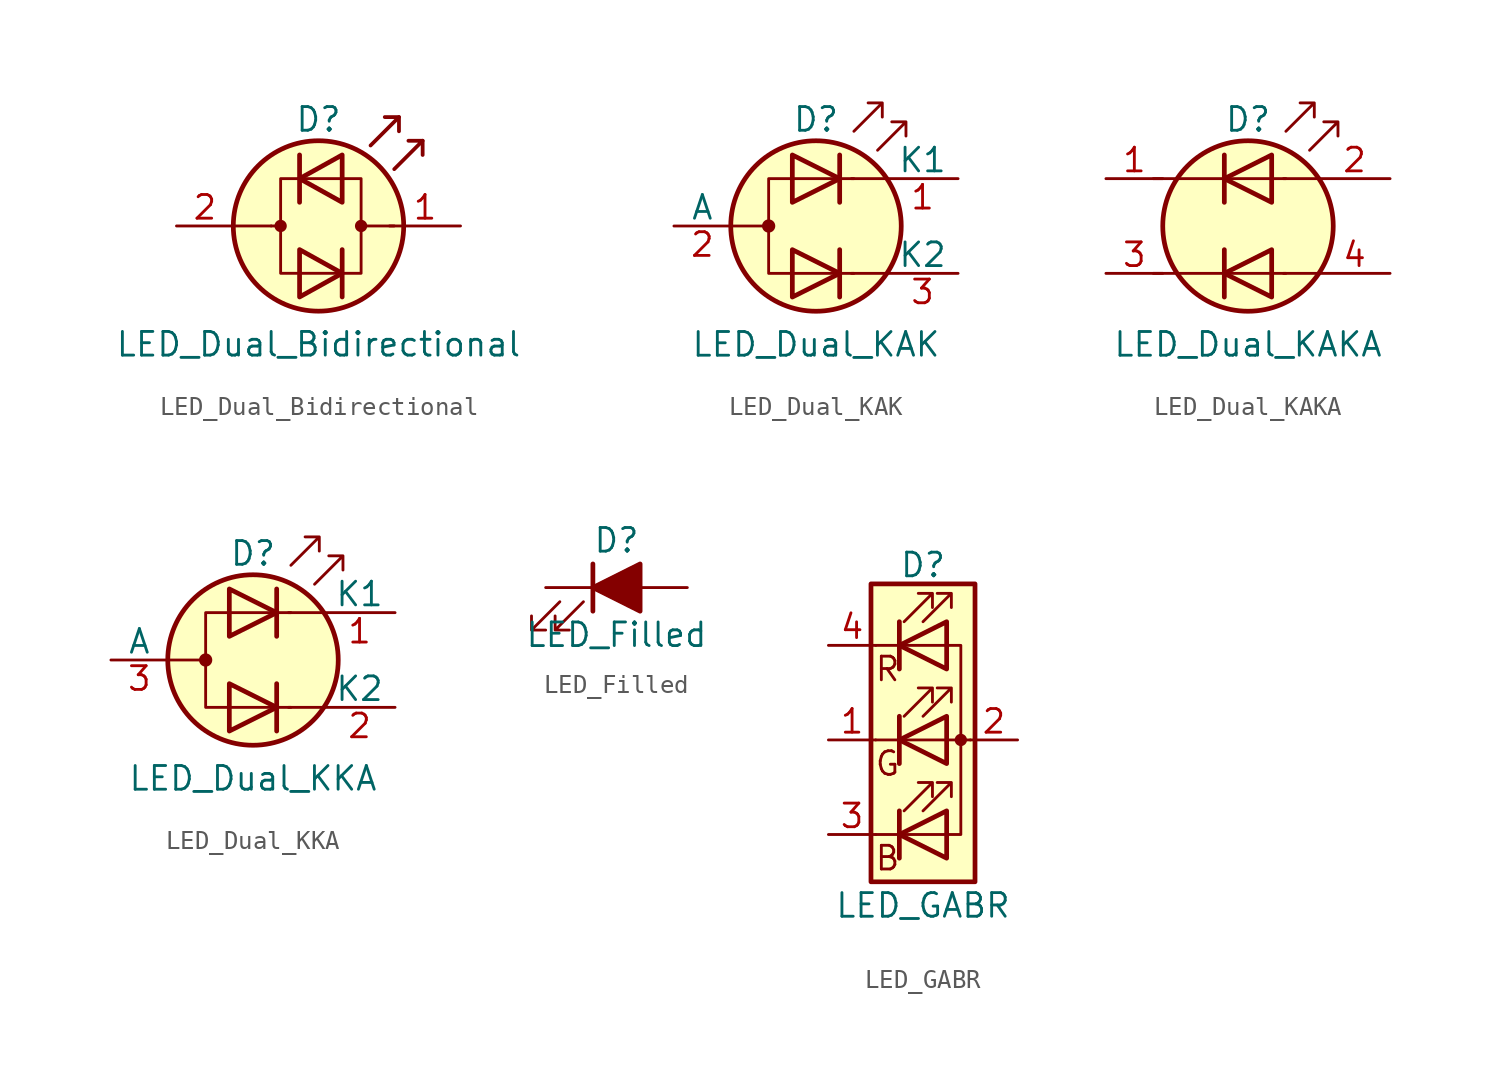
<source format=kicad_sym>
(kicad_symbol_lib
  (version 20201005)
  (generator kicad_symbol_editor)
  (symbol "LED_Dual_Bidirectional"
    (pin_names
      (offset 0) hide)
    (property "Reference" "D"
      (at 0 5.715 0)
      (effects (font (size 1.27 1.27))))
    (property "Value" "LED_Dual_Bidirectional"
      (at 0 -6.35 0)
      (effects (font (size 1.27 1.27))))
    (symbol "LED_Dual_Bidirectional_0_1"
      (circle (center -2.032 0) (radius 0.254) (stroke (width 0)) (fill (type outline)))
      (circle (center 2.286 0) (radius 0.254) (stroke (width 0)) (fill (type outline)))
      (circle (center 0 0) (radius 4.572) (stroke (width 0.254)) (fill (type background)))
      (polyline (pts (xy -4.572 0) (xy -2.54 0)) (stroke (width 0)) (fill (type none)))
      (polyline (pts (xy -2.032 0) (xy -2.54 0)) (stroke (width 0)) (fill (type none)))
      (polyline (pts (xy -1.016 3.81) (xy -1.016 1.27)) (stroke (width 0.254)) (fill (type none)))
      (polyline (pts (xy 1.27 -1.27) (xy 1.27 -3.81)) (stroke (width 0.254)) (fill (type none)))
      (polyline (pts (xy 4.318 5.842) (xy 4.318 5.08)) (stroke (width 0.203)) (fill (type none)))
      (polyline (pts (xy 5.588 4.572) (xy 5.588 3.81)) (stroke (width 0.203)) (fill (type none)))
      (polyline (pts (xy 2.794 4.318) (xy 4.318 5.842) (xy 3.556 5.842)) (stroke (width 0.203)) (fill (type none)))
      (polyline (pts (xy 4.064 3.048) (xy 5.588 4.572) (xy 4.826 4.572)) (stroke (width 0.203)) (fill (type none)))
      (polyline (pts (xy -1.016 -1.27) (xy -1.016 -3.81) (xy 1.27 -2.54) (xy -1.016 -1.27)) (stroke (width 0.254)) (fill (type none)))
      (polyline (pts (xy 1.27 3.81) (xy 1.27 1.27) (xy -1.016 2.54) (xy 1.27 3.81)) (stroke (width 0.254)) (fill (type none)))
      (polyline (pts (xy 2.286 2.54) (xy -2.032 2.54) (xy -2.032 -2.54) (xy 2.286 -2.54) (xy 2.286 2.54)) (stroke (width 0)) (fill (type none)))
      (polyline (pts (xy 4.064 0) (xy 2.286 0)) (stroke (width 0)) (fill (type outline))))
    (symbol "LED_Dual_Bidirectional_1_1"
      (pin input line (at 7.62 0 180) (length 3.81) (name "KA" (effects (font (size 1.27 1.27)))) (number "1" (effects (font (size 1.27 1.27)))))
      (pin input line (at -7.62 0 0) (length 3.048) (name "AK" (effects (font (size 1.27 1.27)))) (number "2" (effects (font (size 1.27 1.27)))))))
  (symbol "LED_Dual_KAK"
    (pin_names
      (offset 0))
    (property "Reference" "D"
      (at 0 5.715 0)
      (effects (font (size 1.27 1.27))))
    (property "Value" "LED_Dual_KAK"
      (at 0 -6.35 0)
      (effects (font (size 1.27 1.27))))
    (symbol "LED_Dual_KAK_0_1"
      (circle (center -2.54 0) (radius 0.279) (stroke (width 0)) (fill (type outline)))
      (circle (center 0 0) (radius 4.572) (stroke (width 0.254)) (fill (type background)))
      (polyline (pts (xy -4.572 0) (xy -2.54 0)) (stroke (width 0)) (fill (type none)))
      (polyline (pts (xy 1.27 -1.27) (xy 1.27 -3.81)) (stroke (width 0.254)) (fill (type none)))
      (polyline (pts (xy 1.27 3.81) (xy 1.27 1.27)) (stroke (width 0.254)) (fill (type none)))
      (polyline (pts (xy 3.81 -2.54) (xy 1.905 -2.54)) (stroke (width 0)) (fill (type none)))
      (polyline (pts (xy 3.81 2.54) (xy 1.905 2.54)) (stroke (width 0)) (fill (type none)))
      (polyline (pts (xy -1.27 -1.27) (xy -1.27 -3.81) (xy 1.27 -2.54) (xy -1.27 -1.27)) (stroke (width 0.254)) (fill (type none)))
      (polyline (pts (xy -1.27 3.81) (xy -1.27 1.27) (xy 1.27 2.54) (xy -1.27 3.81)) (stroke (width 0.254)) (fill (type none)))
      (polyline (pts (xy 2.032 2.54) (xy -2.54 2.54) (xy -2.54 -2.54) (xy 2.032 -2.54)) (stroke (width 0)) (fill (type none)))
      (polyline (pts (xy 2.032 5.08) (xy 3.556 6.604) (xy 2.794 6.604) (xy 3.556 6.604) (xy 3.556 5.842)) (stroke (width 0)) (fill (type none)))
      (polyline (pts (xy 3.302 4.064) (xy 4.826 5.588) (xy 4.064 5.588) (xy 4.826 5.588) (xy 4.826 4.826)) (stroke (width 0)) (fill (type none))))
    (symbol "LED_Dual_KAK_1_1"
      (pin input line (at 7.62 2.54 180) (length 3.81) (name "K1" (effects (font (size 1.27 1.27)))) (number "1" (effects (font (size 1.27 1.27)))))
      (pin input line (at -7.62 0 0) (length 3.048) (name "A" (effects (font (size 1.27 1.27)))) (number "2" (effects (font (size 1.27 1.27)))))
      (pin input line (at 7.62 -2.54 180) (length 3.81) (name "K2" (effects (font (size 1.27 1.27)))) (number "3" (effects (font (size 1.27 1.27)))))))
  (symbol "LED_Dual_KAKA"
    (pin_names
      (offset 0) hide)
    (property "Reference" "D"
      (at 0 5.715 0)
      (effects (font (size 1.27 1.27))))
    (property "Value" "LED_Dual_KAKA"
      (at 0 -6.35 0)
      (effects (font (size 1.27 1.27))))
    (symbol "LED_Dual_KAKA_0_1"
      (circle (center 0 0) (radius 4.572) (stroke (width 0.254)) (fill (type background)))
      (polyline (pts (xy -5.08 -2.54) (xy 2.032 -2.54)) (stroke (width 0)) (fill (type none)))
      (polyline (pts (xy -5.08 2.54) (xy 2.032 2.54)) (stroke (width 0)) (fill (type none)))
      (polyline (pts (xy -1.27 -1.27) (xy -1.27 -3.81)) (stroke (width 0.254)) (fill (type none)))
      (polyline (pts (xy -1.27 3.81) (xy -1.27 1.27)) (stroke (width 0.254)) (fill (type none)))
      (polyline (pts (xy 3.81 -2.54) (xy 1.905 -2.54)) (stroke (width 0)) (fill (type none)))
      (polyline (pts (xy 3.81 2.54) (xy 1.905 2.54)) (stroke (width 0)) (fill (type none)))
      (polyline (pts (xy 1.27 -1.27) (xy 1.27 -3.81) (xy -1.27 -2.54) (xy 1.27 -1.27)) (stroke (width 0.254)) (fill (type none)))
      (polyline (pts (xy 1.27 3.81) (xy 1.27 1.27) (xy -1.27 2.54) (xy 1.27 3.81)) (stroke (width 0.254)) (fill (type none)))
      (polyline (pts (xy 2.032 5.08) (xy 3.556 6.604) (xy 2.794 6.604) (xy 3.556 6.604) (xy 3.556 5.842)) (stroke (width 0)) (fill (type none)))
      (polyline (pts (xy 3.302 4.064) (xy 4.826 5.588) (xy 4.064 5.588) (xy 4.826 5.588) (xy 4.826 4.826)) (stroke (width 0)) (fill (type none))))
    (symbol "LED_Dual_KAKA_1_1"
      (pin input line (at -7.62 2.54 0) (length 3.048) (name "A1" (effects (font (size 1.27 1.27)))) (number "1" (effects (font (size 1.27 1.27)))))
      (pin input line (at 7.62 2.54 180) (length 3.81) (name "K1" (effects (font (size 1.27 1.27)))) (number "2" (effects (font (size 1.27 1.27)))))
      (pin input line (at -7.62 -2.54 0) (length 3.048) (name "A2" (effects (font (size 1.27 1.27)))) (number "3" (effects (font (size 1.27 1.27)))))
      (pin input line (at 7.62 -2.54 180) (length 3.81) (name "K2" (effects (font (size 1.27 1.27)))) (number "4" (effects (font (size 1.27 1.27)))))))
  (symbol "LED_Dual_KKA"
    (pin_names
      (offset 0))
    (property "Reference" "D"
      (at 0 5.715 0)
      (effects (font (size 1.27 1.27))))
    (property "Value" "LED_Dual_KKA"
      (at 0 -6.35 0)
      (effects (font (size 1.27 1.27))))
    (symbol "LED_Dual_KKA_0_1"
      (circle (center -2.54 0) (radius 0.279) (stroke (width 0)) (fill (type outline)))
      (circle (center 0 0) (radius 4.572) (stroke (width 0.254)) (fill (type background)))
      (polyline (pts (xy -4.572 0) (xy -2.54 0)) (stroke (width 0)) (fill (type none)))
      (polyline (pts (xy 1.27 -1.27) (xy 1.27 -3.81)) (stroke (width 0.254)) (fill (type none)))
      (polyline (pts (xy 1.27 3.81) (xy 1.27 1.27)) (stroke (width 0.254)) (fill (type none)))
      (polyline (pts (xy 3.81 -2.54) (xy 1.905 -2.54)) (stroke (width 0)) (fill (type none)))
      (polyline (pts (xy 3.81 2.54) (xy 1.905 2.54)) (stroke (width 0)) (fill (type none)))
      (polyline (pts (xy -1.27 -1.27) (xy -1.27 -3.81) (xy 1.27 -2.54) (xy -1.27 -1.27)) (stroke (width 0.254)) (fill (type none)))
      (polyline (pts (xy -1.27 3.81) (xy -1.27 1.27) (xy 1.27 2.54) (xy -1.27 3.81)) (stroke (width 0.254)) (fill (type none)))
      (polyline (pts (xy 2.032 2.54) (xy -2.54 2.54) (xy -2.54 -2.54) (xy 2.032 -2.54)) (stroke (width 0)) (fill (type none)))
      (polyline (pts (xy 2.032 5.08) (xy 3.556 6.604) (xy 2.794 6.604) (xy 3.556 6.604) (xy 3.556 5.842)) (stroke (width 0)) (fill (type none)))
      (polyline (pts (xy 3.302 4.064) (xy 4.826 5.588) (xy 4.064 5.588) (xy 4.826 5.588) (xy 4.826 4.826)) (stroke (width 0)) (fill (type none))))
    (symbol "LED_Dual_KKA_1_1"
      (pin input line (at 7.62 2.54 180) (length 3.81) (name "K1" (effects (font (size 1.27 1.27)))) (number "1" (effects (font (size 1.27 1.27)))))
      (pin input line (at 7.62 -2.54 180) (length 3.81) (name "K2" (effects (font (size 1.27 1.27)))) (number "2" (effects (font (size 1.27 1.27)))))
      (pin input line (at -7.62 0 0) (length 3.048) (name "A" (effects (font (size 1.27 1.27)))) (number "3" (effects (font (size 1.27 1.27)))))))
  (symbol "LED_Filled"
    (pin_numbers hide)
    (pin_names
      (offset 1.016) hide)
    (property "Reference" "D"
      (at 0 2.54 0)
      (effects (font (size 1.27 1.27))))
    (property "Value" "LED_Filled"
      (at 0 -2.54 0)
      (effects (font (size 1.27 1.27))))
    (symbol "LED_Filled_0_1"
      (polyline (pts (xy -1.27 -1.27) (xy -1.27 1.27)) (stroke (width 0.254)) (fill (type none)))
      (polyline (pts (xy -1.27 0) (xy 1.27 0)) (stroke (width 0)) (fill (type none)))
      (polyline (pts (xy -3.048 -0.762) (xy -4.572 -2.286) (xy -3.81 -2.286) (xy -4.572 -2.286) (xy -4.572 -1.524)) (stroke (width 0)) (fill (type none)))
      (polyline (pts (xy -1.778 -0.762) (xy -3.302 -2.286) (xy -2.54 -2.286) (xy -3.302 -2.286) (xy -3.302 -1.524)) (stroke (width 0)) (fill (type none)))
      (polyline (pts (xy 1.27 -1.27) (xy 1.27 1.27) (xy -1.27 0) (xy 1.27 -1.27)) (stroke (width 0.254)) (fill (type outline))))
    (symbol "LED_Filled_1_1"
      (pin passive line (at -3.81 0 0) (length 2.54) (name "K" (effects (font (size 1.27 1.27)))) (number "1" (effects (font (size 1.27 1.27)))))
      (pin passive line (at 3.81 0 180) (length 2.54) (name "A" (effects (font (size 1.27 1.27)))) (number "2" (effects (font (size 1.27 1.27)))))))
  (symbol "LED_GABR"
    (pin_names
      (offset 0) hide)
    (property "Reference" "D"
      (at 0 9.398 0)
      (effects (font (size 1.27 1.27))))
    (property "Value" "LED_GABR"
      (at 0 -8.89 0)
      (effects (font (size 1.27 1.27))))
    (symbol "LED_GABR_0_0"
      (text "B" (at -1.905 -6.35 0) (effects (font (size 1.27 1.27))))
      (text "G" (at -1.905 -1.27 0) (effects (font (size 1.27 1.27))))
      (text "R" (at -1.905 3.81 0) (effects (font (size 1.27 1.27)))))
    (symbol "LED_GABR_0_1"
      (circle (center 2.032 0) (radius 0.254) (stroke (width 0)) (fill (type outline)))
      (rectangle (start 1.27 -1.27) (end 1.27 1.27) (stroke (width 0)) (fill (type none)))
      (rectangle (start 1.27 1.27) (end 1.27 1.27) (stroke (width 0)) (fill (type none)))
      (rectangle (start 1.27 3.81) (end 1.27 6.35) (stroke (width 0)) (fill (type none)))
      (rectangle (start 1.27 6.35) (end 1.27 6.35) (stroke (width 0)) (fill (type none)))
      (rectangle (start 2.794 8.382) (end -2.794 -7.62) (stroke (width 0.254)) (fill (type background)))
      (polyline (pts (xy -1.27 -5.08) (xy -2.54 -5.08)) (stroke (width 0)) (fill (type none)))
      (polyline (pts (xy -1.27 -5.08) (xy 1.27 -5.08)) (stroke (width 0)) (fill (type none)))
      (polyline (pts (xy -1.27 -3.81) (xy -1.27 -6.35)) (stroke (width 0.254)) (fill (type none)))
      (polyline (pts (xy -1.27 0) (xy -2.54 0)) (stroke (width 0)) (fill (type none)))
      (polyline (pts (xy -1.27 1.27) (xy -1.27 -1.27)) (stroke (width 0.254)) (fill (type none)))
      (polyline (pts (xy -1.27 5.08) (xy -2.54 5.08)) (stroke (width 0)) (fill (type none)))
      (polyline (pts (xy -1.27 5.08) (xy 1.27 5.08)) (stroke (width 0)) (fill (type none)))
      (polyline (pts (xy -1.27 6.35) (xy -1.27 3.81)) (stroke (width 0.254)) (fill (type none)))
      (polyline (pts (xy 1.27 0) (xy -1.27 0)) (stroke (width 0)) (fill (type none)))
      (polyline (pts (xy 1.27 0) (xy 2.54 0)) (stroke (width 0)) (fill (type none)))
      (polyline (pts (xy -1.27 1.27) (xy -1.27 -1.27) (xy -1.27 -1.27)) (stroke (width 0)) (fill (type none)))
      (polyline (pts (xy -1.27 6.35) (xy -1.27 3.81) (xy -1.27 3.81)) (stroke (width 0)) (fill (type none)))
      (polyline (pts (xy 1.27 -5.08) (xy 2.032 -5.08) (xy 2.032 5.08) (xy 1.27 5.08)) (stroke (width 0)) (fill (type none)))
      (polyline (pts (xy 1.27 -3.81) (xy 1.27 -6.35) (xy -1.27 -5.08) (xy 1.27 -3.81)) (stroke (width 0.254)) (fill (type none)))
      (polyline (pts (xy 1.27 1.27) (xy 1.27 -1.27) (xy -1.27 0) (xy 1.27 1.27)) (stroke (width 0.254)) (fill (type none)))
      (polyline (pts (xy 1.27 6.35) (xy 1.27 3.81) (xy -1.27 5.08) (xy 1.27 6.35)) (stroke (width 0.254)) (fill (type none)))
      (polyline (pts (xy -1.016 -3.81) (xy 0.508 -2.286) (xy -0.254 -2.286) (xy 0.508 -2.286) (xy 0.508 -3.048)) (stroke (width 0)) (fill (type none)))
      (polyline (pts (xy -1.016 1.27) (xy 0.508 2.794) (xy -0.254 2.794) (xy 0.508 2.794) (xy 0.508 2.032)) (stroke (width 0)) (fill (type none)))
      (polyline (pts (xy -1.016 6.35) (xy 0.508 7.874) (xy -0.254 7.874) (xy 0.508 7.874) (xy 0.508 7.112)) (stroke (width 0)) (fill (type none)))
      (polyline (pts (xy 0 -3.81) (xy 1.524 -2.286) (xy 0.762 -2.286) (xy 1.524 -2.286) (xy 1.524 -3.048)) (stroke (width 0)) (fill (type none)))
      (polyline (pts (xy 0 1.27) (xy 1.524 2.794) (xy 0.762 2.794) (xy 1.524 2.794) (xy 1.524 2.032)) (stroke (width 0)) (fill (type none)))
      (polyline (pts (xy 0 6.35) (xy 1.524 7.874) (xy 0.762 7.874) (xy 1.524 7.874) (xy 1.524 7.112)) (stroke (width 0)) (fill (type none))))
    (symbol "LED_GABR_1_1"
      (pin passive line (at -5.08 0 0) (length 2.54) (name "GK" (effects (font (size 1.27 1.27)))) (number "1" (effects (font (size 1.27 1.27)))))
      (pin passive line (at 5.08 0 180) (length 2.54) (name "A" (effects (font (size 1.27 1.27)))) (number "2" (effects (font (size 1.27 1.27)))))
      (pin passive line (at -5.08 -5.08 0) (length 2.54) (name "BK" (effects (font (size 1.27 1.27)))) (number "3" (effects (font (size 1.27 1.27)))))
      (pin passive line (at -5.08 5.08 0) (length 2.54) (name "RK" (effects (font (size 1.27 1.27)))) (number "4" (effects (font (size 1.27 1.27))))))))
</source>
